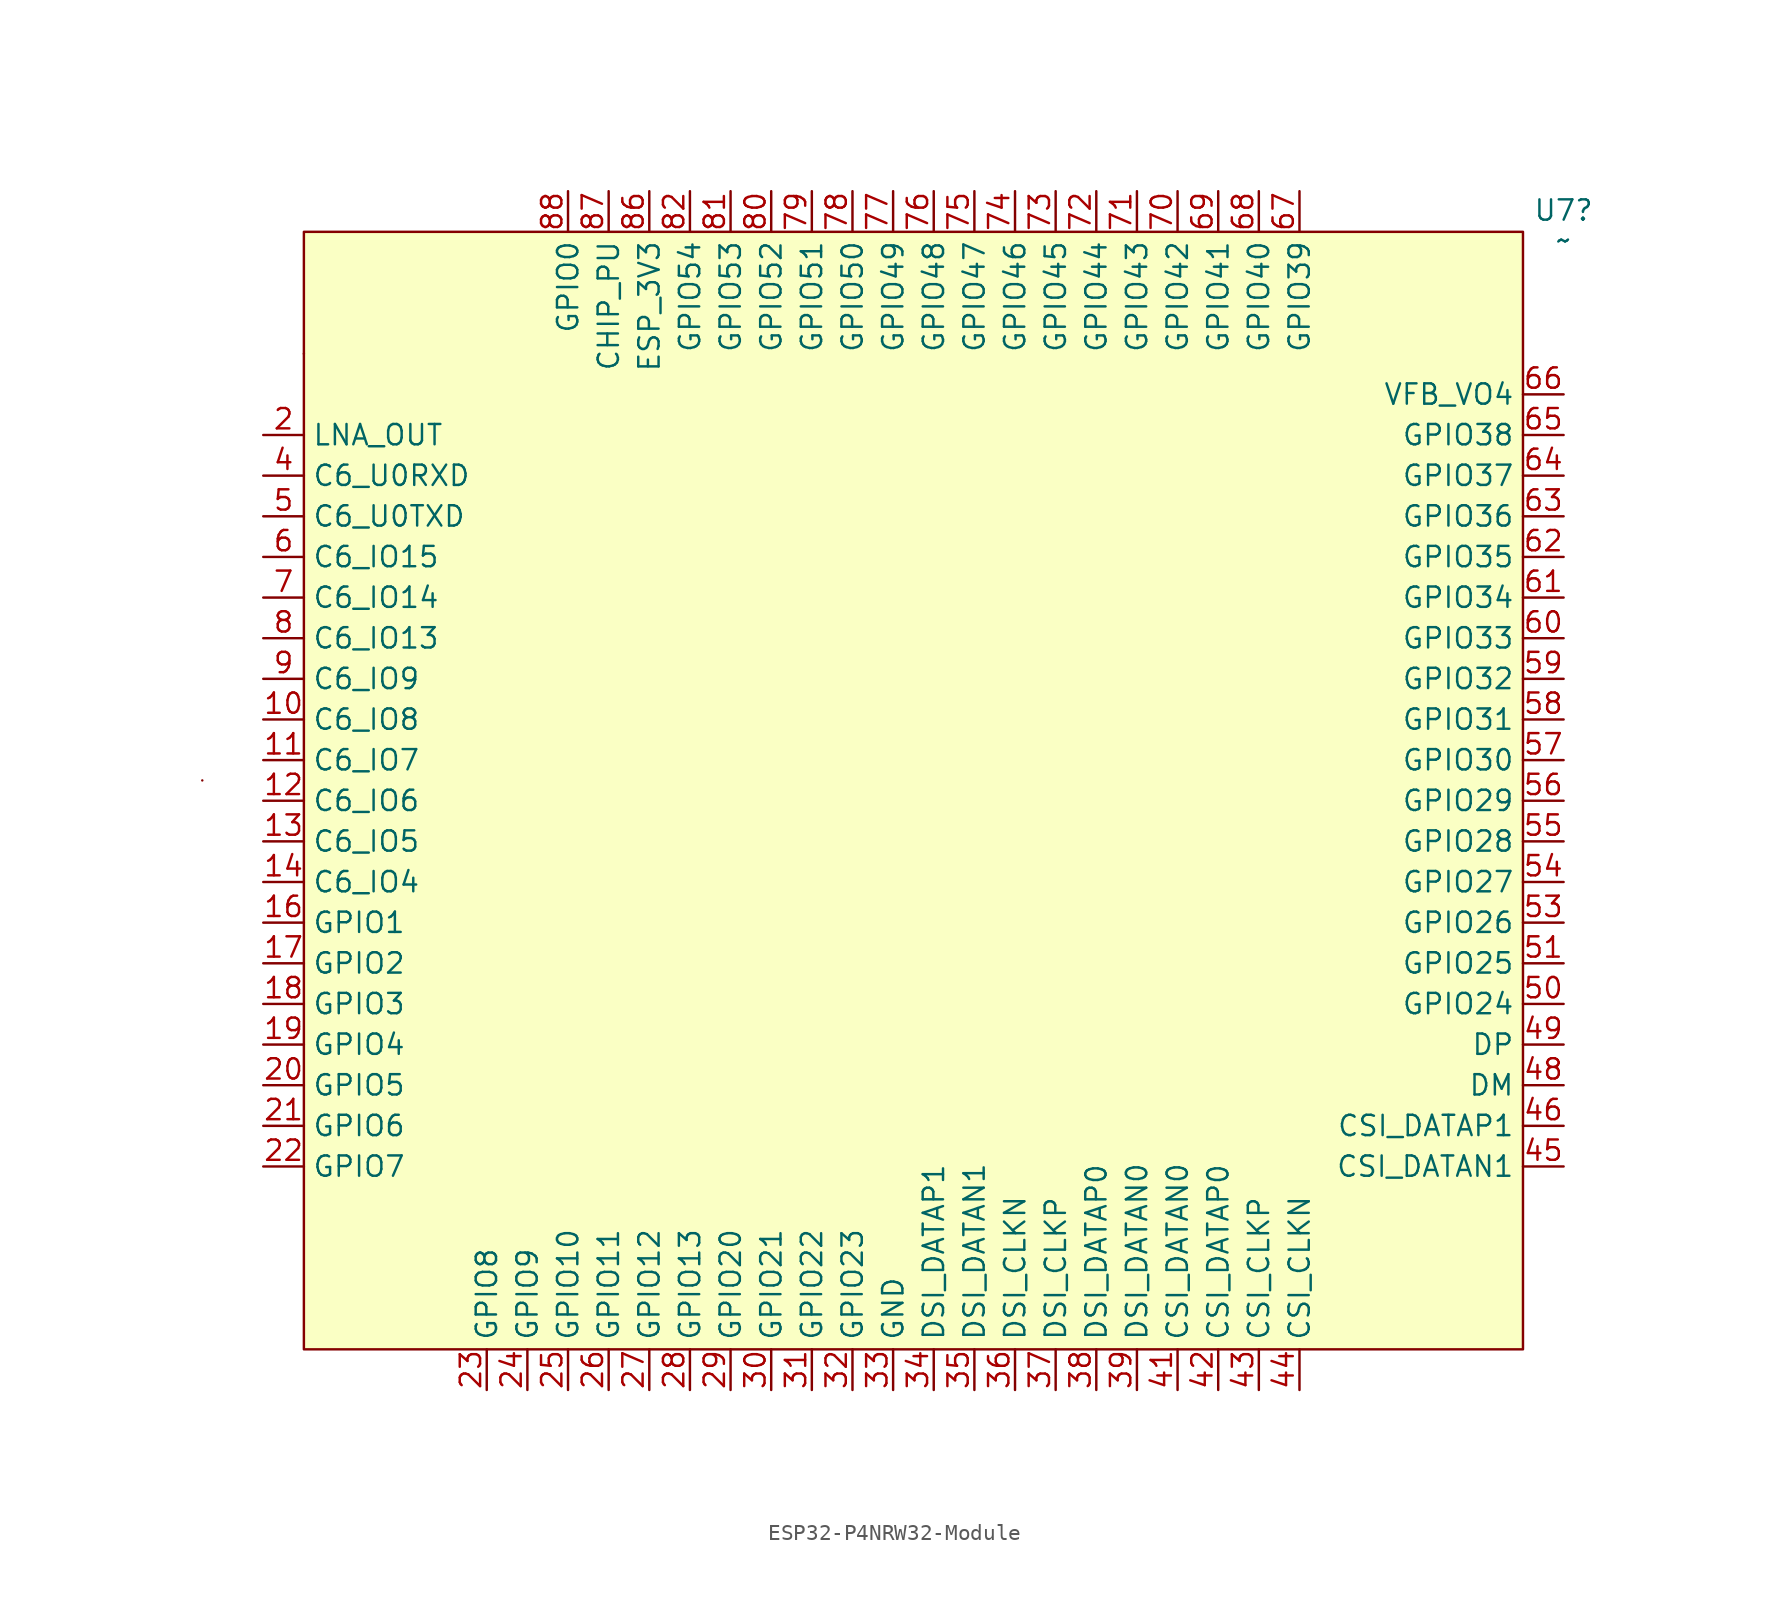
<source format=kicad_sym>
(kicad_symbol_lib
  (version 20241209)
  (generator "kicad_symbol_editor")
  (generator_version "9.0")
  (symbol "ESP32-P4NRW32-Module"
    (property "Reference" "U7"
      (at 39.37 35.63 0)
      (effects (font (size 1.27 1.27))))
    (property "Value" "~"
      (at 39.37 33.782 0)
      (effects (font (size 1.27 1.27))))
    (symbol "ESP32-P4NRW32-Module_0_1"
      (rectangle (start -45.72 0) (end -45.72 0) (stroke (width 0) (type default)) (fill (type none)))
      (rectangle (start -39.37 26.67) (end -39.37 26.67) (stroke (width 0) (type default)) (fill (type none))))
    (symbol "ESP32-P4NRW32-Module_1_1"
      (rectangle (start -39.37 34.29) (end 36.83 -35.56) (stroke (width 0) (type solid)) (fill (type color) (color 250 255 196 1)))
      (pin bidirectional line (at -41.91 21.59 0) (length 2.54) (name "LNA_OUT" (effects (font (size 1.27 1.27)))) (number "2" (effects (font (size 1.27 1.27)))))
      (pin bidirectional line (at -41.91 19.05 0) (length 2.54) (name "C6_U0RXD" (effects (font (size 1.27 1.27)))) (number "4" (effects (font (size 1.27 1.27)))))
      (pin bidirectional line (at -41.91 16.51 0) (length 2.54) (name "C6_U0TXD" (effects (font (size 1.27 1.27)))) (number "5" (effects (font (size 1.27 1.27)))))
      (pin bidirectional line (at -41.91 13.97 0) (length 2.54) (name "C6_IO15" (effects (font (size 1.27 1.27)))) (number "6" (effects (font (size 1.27 1.27)))))
      (pin bidirectional line (at -41.91 11.43 0) (length 2.54) (name "C6_IO14" (effects (font (size 1.27 1.27)))) (number "7" (effects (font (size 1.27 1.27)))))
      (pin bidirectional line (at -41.91 8.89 0) (length 2.54) (name "C6_IO13" (effects (font (size 1.27 1.27)))) (number "8" (effects (font (size 1.27 1.27)))))
      (pin bidirectional line (at -41.91 6.35 0) (length 2.54) (name "C6_IO9" (effects (font (size 1.27 1.27)))) (number "9" (effects (font (size 1.27 1.27)))))
      (pin bidirectional line (at -41.91 3.81 0) (length 2.54) (name "C6_IO8" (effects (font (size 1.27 1.27)))) (number "10" (effects (font (size 1.27 1.27)))))
      (pin bidirectional line (at -41.91 1.27 0) (length 2.54) (name "C6_IO7" (effects (font (size 1.27 1.27)))) (number "11" (effects (font (size 1.27 1.27)))))
      (pin bidirectional line (at -41.91 -1.27 0) (length 2.54) (name "C6_IO6" (effects (font (size 1.27 1.27)))) (number "12" (effects (font (size 1.27 1.27)))))
      (pin bidirectional line (at -41.91 -3.81 0) (length 2.54) (name "C6_IO5" (effects (font (size 1.27 1.27)))) (number "13" (effects (font (size 1.27 1.27)))))
      (pin bidirectional line (at -41.91 -6.35 0) (length 2.54) (name "C6_IO4" (effects (font (size 1.27 1.27)))) (number "14" (effects (font (size 1.27 1.27)))))
      (pin bidirectional line (at -41.91 -8.89 0) (length 2.54) (name "GPIO1" (effects (font (size 1.27 1.27)))) (number "16" (effects (font (size 1.27 1.27)))))
      (pin bidirectional line (at -41.91 -11.43 0) (length 2.54) (name "GPIO2" (effects (font (size 1.27 1.27)))) (number "17" (effects (font (size 1.27 1.27)))))
      (pin bidirectional line (at -41.91 -13.97 0) (length 2.54) (name "GPIO3" (effects (font (size 1.27 1.27)))) (number "18" (effects (font (size 1.27 1.27)))))
      (pin bidirectional line (at -41.91 -16.51 0) (length 2.54) (name "GPIO4" (effects (font (size 1.27 1.27)))) (number "19" (effects (font (size 1.27 1.27)))))
      (pin bidirectional line (at -41.91 -19.05 0) (length 2.54) (name "GPIO5" (effects (font (size 1.27 1.27)))) (number "20" (effects (font (size 1.27 1.27)))))
      (pin bidirectional line (at -41.91 -21.59 0) (length 2.54) (name "GPIO6" (effects (font (size 1.27 1.27)))) (number "21" (effects (font (size 1.27 1.27)))))
      (pin bidirectional line (at -41.91 -24.13 0) (length 2.54) (name "GPIO7" (effects (font (size 1.27 1.27)))) (number "22" (effects (font (size 1.27 1.27)))))
      (pin bidirectional line (at -27.94 -38.1 90) (length 2.54) (name "GPIO8" (effects (font (size 1.27 1.27)))) (number "23" (effects (font (size 1.27 1.27)))))
      (pin bidirectional line (at -25.4 -38.1 90) (length 2.54) (name "GPIO9" (effects (font (size 1.27 1.27)))) (number "24" (effects (font (size 1.27 1.27)))))
      (pin bidirectional line (at -22.86 36.83 270) (length 2.54) (name "GPIO0" (effects (font (size 1.27 1.27)))) (number "88" (effects (font (size 1.27 1.27)))))
      (pin bidirectional line (at -22.86 -38.1 90) (length 2.54) (name "GPIO10" (effects (font (size 1.27 1.27)))) (number "25" (effects (font (size 1.27 1.27)))))
      (pin bidirectional line (at -20.32 36.83 270) (length 2.54) (name "CHIP_PU" (effects (font (size 1.27 1.27)))) (number "87" (effects (font (size 1.27 1.27)))))
      (pin bidirectional line (at -20.32 -38.1 90) (length 2.54) (name "GPIO11" (effects (font (size 1.27 1.27)))) (number "26" (effects (font (size 1.27 1.27)))))
      (pin passive line (at -17.78 36.83 270) (length 2.54) (hide yes) (name "ESP_VBAT" (effects (font (size 1.27 1.27)))) (number "84" (effects (font (size 1.27 1.27)))))
      (pin passive line (at -17.78 36.83 270) (length 2.54) (hide yes) (name "ESP_3V3" (effects (font (size 1.27 1.27)))) (number "85" (effects (font (size 1.27 1.27)))))
      (pin bidirectional line (at -17.78 36.83 270) (length 2.54) (name "ESP_3V3" (effects (font (size 1.27 1.27)))) (number "86" (effects (font (size 1.27 1.27)))))
      (pin bidirectional line (at -17.78 -38.1 90) (length 2.54) (name "GPIO12" (effects (font (size 1.27 1.27)))) (number "27" (effects (font (size 1.27 1.27)))))
      (pin bidirectional line (at -15.24 36.83 270) (length 2.54) (name "GPIO54" (effects (font (size 1.27 1.27)))) (number "82" (effects (font (size 1.27 1.27)))))
      (pin bidirectional line (at -15.24 -38.1 90) (length 2.54) (name "GPIO13" (effects (font (size 1.27 1.27)))) (number "28" (effects (font (size 1.27 1.27)))))
      (pin bidirectional line (at -12.7 36.83 270) (length 2.54) (name "GPIO53" (effects (font (size 1.27 1.27)))) (number "81" (effects (font (size 1.27 1.27)))))
      (pin bidirectional line (at -12.7 -38.1 90) (length 2.54) (name "GPIO20" (effects (font (size 1.27 1.27)))) (number "29" (effects (font (size 1.27 1.27)))))
      (pin bidirectional line (at -10.16 36.83 270) (length 2.54) (name "GPIO52" (effects (font (size 1.27 1.27)))) (number "80" (effects (font (size 1.27 1.27)))))
      (pin bidirectional line (at -10.16 -38.1 90) (length 2.54) (name "GPIO21" (effects (font (size 1.27 1.27)))) (number "30" (effects (font (size 1.27 1.27)))))
      (pin bidirectional line (at -7.62 36.83 270) (length 2.54) (name "GPIO51" (effects (font (size 1.27 1.27)))) (number "79" (effects (font (size 1.27 1.27)))))
      (pin bidirectional line (at -7.62 -38.1 90) (length 2.54) (name "GPIO22" (effects (font (size 1.27 1.27)))) (number "31" (effects (font (size 1.27 1.27)))))
      (pin bidirectional line (at -5.08 36.83 270) (length 2.54) (name "GPIO50" (effects (font (size 1.27 1.27)))) (number "78" (effects (font (size 1.27 1.27)))))
      (pin bidirectional line (at -5.08 -38.1 90) (length 2.54) (name "GPIO23" (effects (font (size 1.27 1.27)))) (number "32" (effects (font (size 1.27 1.27)))))
      (pin bidirectional line (at -2.54 36.83 270) (length 2.54) (name "GPIO49" (effects (font (size 1.27 1.27)))) (number "77" (effects (font (size 1.27 1.27)))))
      (pin passive line (at -2.54 -38.1 90) (length 2.54) (hide yes) (name "GND" (effects (font (size 1.27 1.27)))) (number "1" (effects (font (size 1.27 1.27)))))
      (pin passive line (at -2.54 -38.1 90) (length 2.54) (hide yes) (name "GND" (effects (font (size 1.27 1.27)))) (number "15" (effects (font (size 1.27 1.27)))))
      (pin passive line (at -2.54 -38.1 90) (length 2.54) (hide yes) (name "GND" (effects (font (size 1.27 1.27)))) (number "3" (effects (font (size 1.27 1.27)))))
      (pin bidirectional line (at -2.54 -38.1 90) (length 2.54) (name "GND" (effects (font (size 1.27 1.27)))) (number "33" (effects (font (size 1.27 1.27)))))
      (pin passive line (at -2.54 -38.1 90) (length 2.54) (hide yes) (name "GND" (effects (font (size 1.27 1.27)))) (number "40" (effects (font (size 1.27 1.27)))))
      (pin passive line (at -2.54 -38.1 90) (length 2.54) (hide yes) (name "GND" (effects (font (size 1.27 1.27)))) (number "47" (effects (font (size 1.27 1.27)))))
      (pin passive line (at -2.54 -38.1 90) (length 2.54) (hide yes) (name "GND" (effects (font (size 1.27 1.27)))) (number "52" (effects (font (size 1.27 1.27)))))
      (pin passive line (at -2.54 -38.1 90) (length 2.54) (hide yes) (name "GND" (effects (font (size 1.27 1.27)))) (number "83" (effects (font (size 1.27 1.27)))))
      (pin bidirectional line (at 0 36.83 270) (length 2.54) (name "GPIO48" (effects (font (size 1.27 1.27)))) (number "76" (effects (font (size 1.27 1.27)))))
      (pin bidirectional line (at 0 -38.1 90) (length 2.54) (name "DSI_DATAP1" (effects (font (size 1.27 1.27)))) (number "34" (effects (font (size 1.27 1.27)))))
      (pin bidirectional line (at 2.54 36.83 270) (length 2.54) (name "GPIO47" (effects (font (size 1.27 1.27)))) (number "75" (effects (font (size 1.27 1.27)))))
      (pin bidirectional line (at 2.54 -38.1 90) (length 2.54) (name "DSI_DATAN1" (effects (font (size 1.27 1.27)))) (number "35" (effects (font (size 1.27 1.27)))))
      (pin bidirectional line (at 5.08 36.83 270) (length 2.54) (name "GPIO46" (effects (font (size 1.27 1.27)))) (number "74" (effects (font (size 1.27 1.27)))))
      (pin bidirectional line (at 5.08 -38.1 90) (length 2.54) (name "DSI_CLKN" (effects (font (size 1.27 1.27)))) (number "36" (effects (font (size 1.27 1.27)))))
      (pin bidirectional line (at 7.62 36.83 270) (length 2.54) (name "GPIO45" (effects (font (size 1.27 1.27)))) (number "73" (effects (font (size 1.27 1.27)))))
      (pin bidirectional line (at 7.62 -38.1 90) (length 2.54) (name "DSI_CLKP" (effects (font (size 1.27 1.27)))) (number "37" (effects (font (size 1.27 1.27)))))
      (pin bidirectional line (at 10.16 36.83 270) (length 2.54) (name "GPIO44" (effects (font (size 1.27 1.27)))) (number "72" (effects (font (size 1.27 1.27)))))
      (pin bidirectional line (at 10.16 -38.1 90) (length 2.54) (name "DSI_DATAP0" (effects (font (size 1.27 1.27)))) (number "38" (effects (font (size 1.27 1.27)))))
      (pin bidirectional line (at 12.7 36.83 270) (length 2.54) (name "GPIO43" (effects (font (size 1.27 1.27)))) (number "71" (effects (font (size 1.27 1.27)))))
      (pin bidirectional line (at 12.7 -38.1 90) (length 2.54) (name "DSI_DATAN0" (effects (font (size 1.27 1.27)))) (number "39" (effects (font (size 1.27 1.27)))))
      (pin bidirectional line (at 15.24 36.83 270) (length 2.54) (name "GPIO42" (effects (font (size 1.27 1.27)))) (number "70" (effects (font (size 1.27 1.27)))))
      (pin bidirectional line (at 15.24 -38.1 90) (length 2.54) (name "CSI_DATAN0" (effects (font (size 1.27 1.27)))) (number "41" (effects (font (size 1.27 1.27)))))
      (pin bidirectional line (at 17.78 36.83 270) (length 2.54) (name "GPIO41" (effects (font (size 1.27 1.27)))) (number "69" (effects (font (size 1.27 1.27)))))
      (pin bidirectional line (at 17.78 -38.1 90) (length 2.54) (name "CSI_DATAP0" (effects (font (size 1.27 1.27)))) (number "42" (effects (font (size 1.27 1.27)))))
      (pin bidirectional line (at 20.32 36.83 270) (length 2.54) (name "GPIO40" (effects (font (size 1.27 1.27)))) (number "68" (effects (font (size 1.27 1.27)))))
      (pin bidirectional line (at 20.32 -38.1 90) (length 2.54) (name "CSI_CLKP" (effects (font (size 1.27 1.27)))) (number "43" (effects (font (size 1.27 1.27)))))
      (pin bidirectional line (at 22.86 36.83 270) (length 2.54) (name "GPIO39" (effects (font (size 1.27 1.27)))) (number "67" (effects (font (size 1.27 1.27)))))
      (pin bidirectional line (at 22.86 -38.1 90) (length 2.54) (name "CSI_CLKN" (effects (font (size 1.27 1.27)))) (number "44" (effects (font (size 1.27 1.27)))))
      (pin bidirectional line (at 39.37 24.13 180) (length 2.54) (name "VFB_VO4" (effects (font (size 1.27 1.27)))) (number "66" (effects (font (size 1.27 1.27)))))
      (pin bidirectional line (at 39.37 21.59 180) (length 2.54) (name "GPIO38" (effects (font (size 1.27 1.27)))) (number "65" (effects (font (size 1.27 1.27)))))
      (pin bidirectional line (at 39.37 19.05 180) (length 2.54) (name "GPIO37" (effects (font (size 1.27 1.27)))) (number "64" (effects (font (size 1.27 1.27)))))
      (pin bidirectional line (at 39.37 16.51 180) (length 2.54) (name "GPIO36" (effects (font (size 1.27 1.27)))) (number "63" (effects (font (size 1.27 1.27)))))
      (pin bidirectional line (at 39.37 13.97 180) (length 2.54) (name "GPIO35" (effects (font (size 1.27 1.27)))) (number "62" (effects (font (size 1.27 1.27)))))
      (pin bidirectional line (at 39.37 11.43 180) (length 2.54) (name "GPIO34" (effects (font (size 1.27 1.27)))) (number "61" (effects (font (size 1.27 1.27)))))
      (pin bidirectional line (at 39.37 8.89 180) (length 2.54) (name "GPIO33" (effects (font (size 1.27 1.27)))) (number "60" (effects (font (size 1.27 1.27)))))
      (pin bidirectional line (at 39.37 6.35 180) (length 2.54) (name "GPIO32" (effects (font (size 1.27 1.27)))) (number "59" (effects (font (size 1.27 1.27)))))
      (pin bidirectional line (at 39.37 3.81 180) (length 2.54) (name "GPIO31" (effects (font (size 1.27 1.27)))) (number "58" (effects (font (size 1.27 1.27)))))
      (pin bidirectional line (at 39.37 1.27 180) (length 2.54) (name "GPIO30" (effects (font (size 1.27 1.27)))) (number "57" (effects (font (size 1.27 1.27)))))
      (pin bidirectional line (at 39.37 -1.27 180) (length 2.54) (name "GPIO29" (effects (font (size 1.27 1.27)))) (number "56" (effects (font (size 1.27 1.27)))))
      (pin bidirectional line (at 39.37 -3.81 180) (length 2.54) (name "GPIO28" (effects (font (size 1.27 1.27)))) (number "55" (effects (font (size 1.27 1.27)))))
      (pin bidirectional line (at 39.37 -6.35 180) (length 2.54) (name "GPIO27" (effects (font (size 1.27 1.27)))) (number "54" (effects (font (size 1.27 1.27)))))
      (pin bidirectional line (at 39.37 -8.89 180) (length 2.54) (name "GPIO26" (effects (font (size 1.27 1.27)))) (number "53" (effects (font (size 1.27 1.27)))))
      (pin bidirectional line (at 39.37 -11.43 180) (length 2.54) (name "GPIO25" (effects (font (size 1.27 1.27)))) (number "51" (effects (font (size 1.27 1.27)))))
      (pin bidirectional line (at 39.37 -13.97 180) (length 2.54) (name "GPIO24" (effects (font (size 1.27 1.27)))) (number "50" (effects (font (size 1.27 1.27)))))
      (pin bidirectional line (at 39.37 -16.51 180) (length 2.54) (name "DP" (effects (font (size 1.27 1.27)))) (number "49" (effects (font (size 1.27 1.27)))))
      (pin bidirectional line (at 39.37 -19.05 180) (length 2.54) (name "DM" (effects (font (size 1.27 1.27)))) (number "48" (effects (font (size 1.27 1.27)))))
      (pin bidirectional line (at 39.37 -21.59 180) (length 2.54) (name "CSI_DATAP1" (effects (font (size 1.27 1.27)))) (number "46" (effects (font (size 1.27 1.27)))))
      (pin bidirectional line (at 39.37 -24.13 180) (length 2.54) (name "CSI_DATAN1" (effects (font (size 1.27 1.27)))) (number "45" (effects (font (size 1.27 1.27))))))))
</source>
